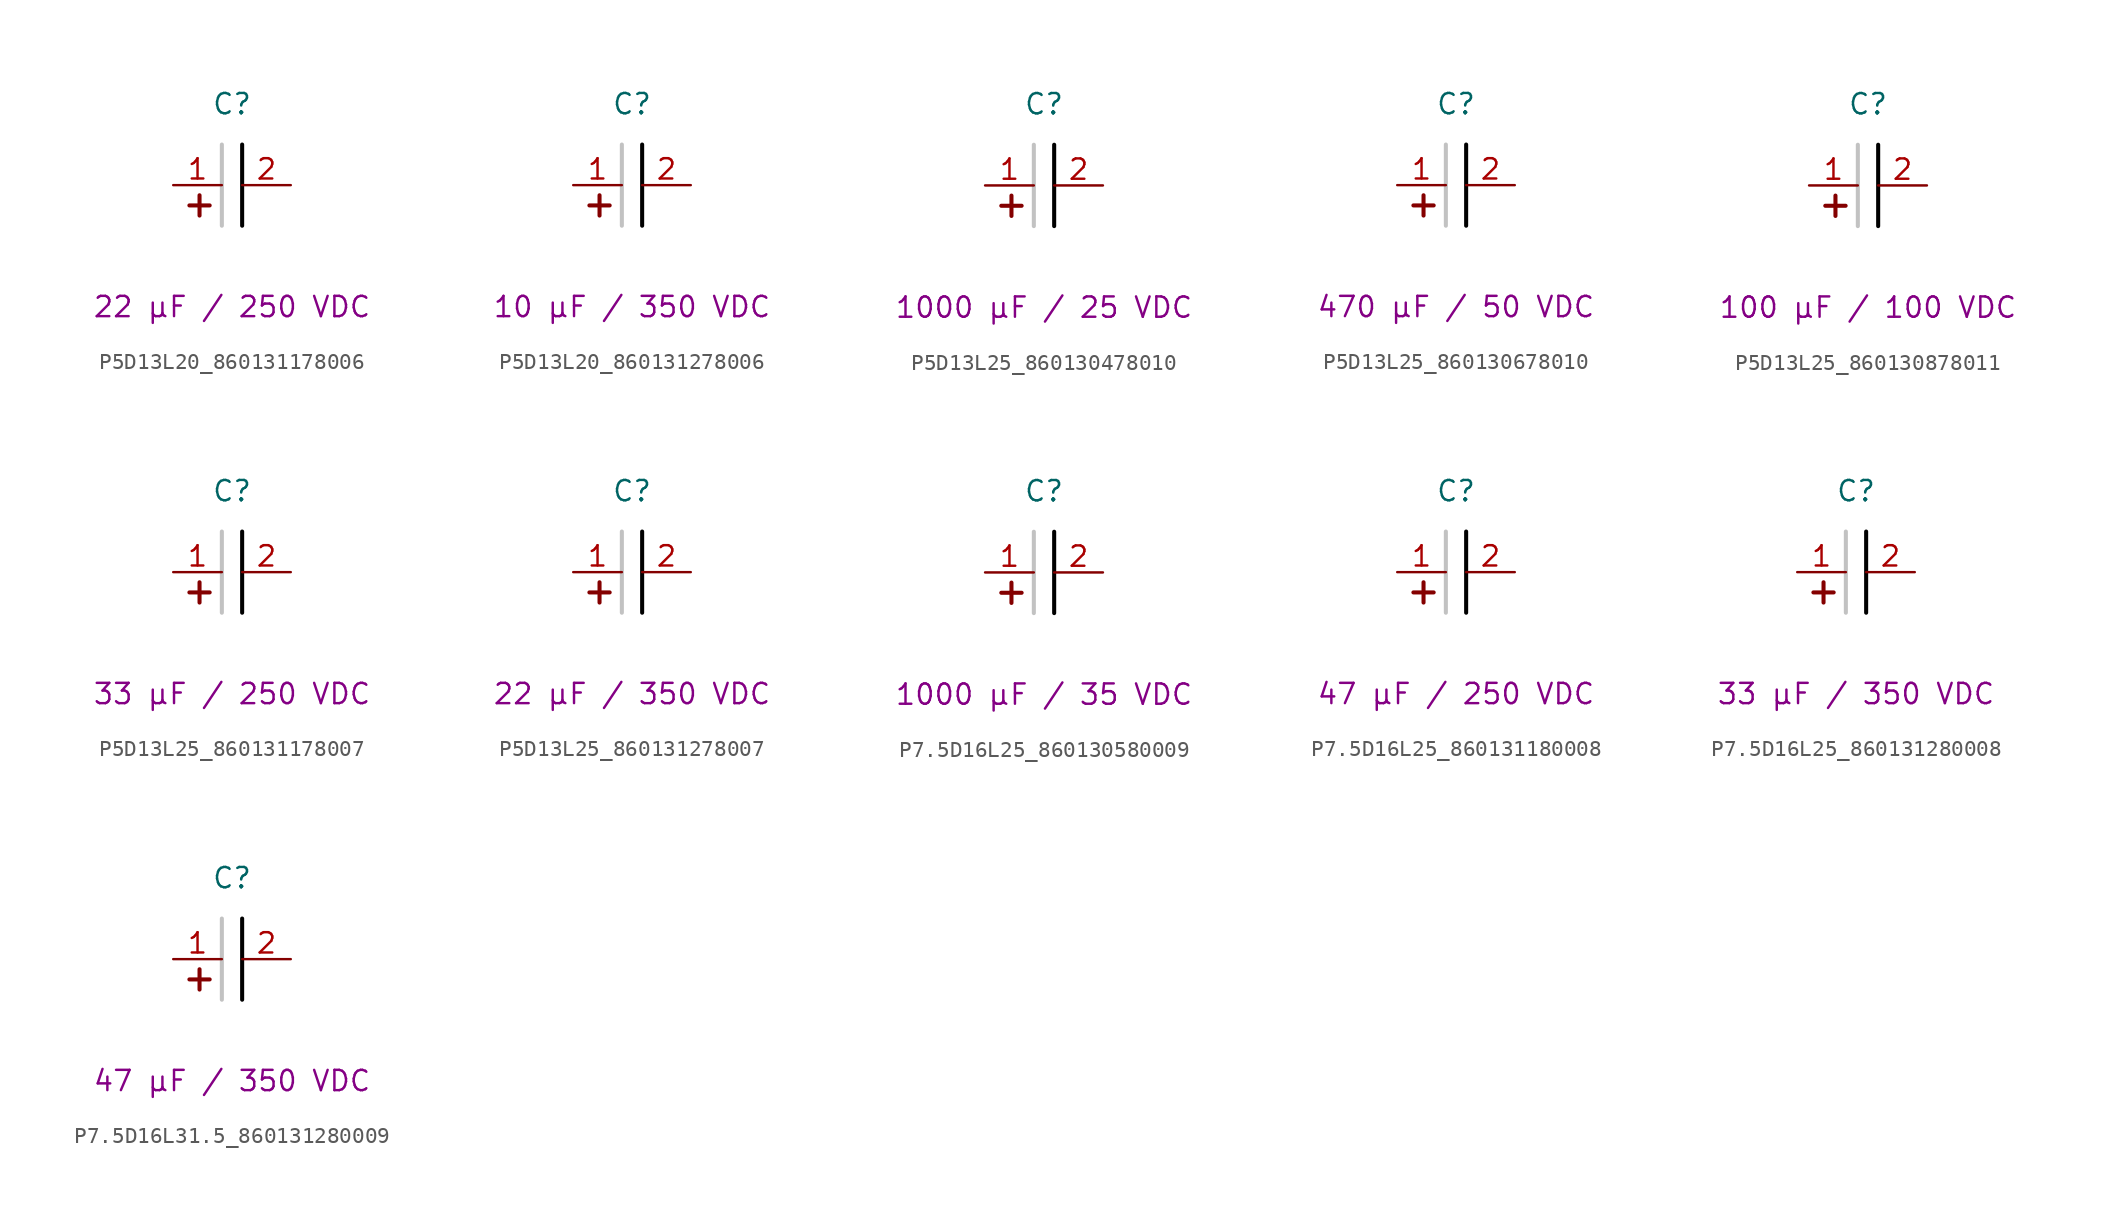
<source format=kicad_sym>
(kicad_symbol_lib
  (version 20220914)
  (generator kicad_symbol_editor)
  (symbol "P5D13L20_860131178006"
    (pin_names hide)
    (property "Reference" "C"
      (at 0 5.08 0)
      (effects (font (size 1.27 1.27))))
    (property "Critical Parameter" "22 µF / 250 VDC"
      (at 0 -7.62 0)
      (effects (font (size 1.27 1.27))))
    (symbol "P5D13L20_860131178006_1_1"
      (polyline (pts (xy -2.667 -1.27) (xy -1.397 -1.27)) (stroke (width 0.254) (type default)) (fill (type none)))
      (polyline (pts (xy -2.032 -0.635) (xy -2.032 -1.905)) (stroke (width 0.254) (type default)) (fill (type none)))
      (polyline (pts (xy -0.635 2.54) (xy -0.635 -2.54)) (stroke (width 0.254) (type default) (color 194 194 194 1)) (fill (type none)))
      (polyline (pts (xy 0.635 2.54) (xy 0.635 -2.54)) (stroke (width 0.254) (type default) (color 0 0 0 1)) (fill (type none)))
      (pin passive line (at -3.679 0 0) (length 3.044) (name "1" (effects (font (size 1.27 1.27)))) (number "1" (effects (font (size 1.27 1.27)))))
      (pin passive line (at 3.679 0 180) (length 3.044) (name "2" (effects (font (size 1.27 1.27)))) (number "2" (effects (font (size 1.27 1.27)))))))
  (symbol "P5D13L20_860131278006"
    (pin_names hide)
    (property "Reference" "C"
      (at 0 5.08 0)
      (effects (font (size 1.27 1.27))))
    (property "Critical Parameter" "10 µF / 350 VDC"
      (at 0 -7.62 0)
      (effects (font (size 1.27 1.27))))
    (symbol "P5D13L20_860131278006_1_1"
      (polyline (pts (xy -2.667 -1.27) (xy -1.397 -1.27)) (stroke (width 0.254) (type default)) (fill (type none)))
      (polyline (pts (xy -2.032 -0.635) (xy -2.032 -1.905)) (stroke (width 0.254) (type default)) (fill (type none)))
      (polyline (pts (xy -0.635 2.54) (xy -0.635 -2.54)) (stroke (width 0.254) (type default) (color 194 194 194 1)) (fill (type none)))
      (polyline (pts (xy 0.635 2.54) (xy 0.635 -2.54)) (stroke (width 0.254) (type default) (color 0 0 0 1)) (fill (type none)))
      (pin passive line (at -3.679 0 0) (length 3.044) (name "1" (effects (font (size 1.27 1.27)))) (number "1" (effects (font (size 1.27 1.27)))))
      (pin passive line (at 3.679 0 180) (length 3.044) (name "2" (effects (font (size 1.27 1.27)))) (number "2" (effects (font (size 1.27 1.27)))))))
  (symbol "P5D13L25_860130478010"
    (pin_names hide)
    (property "Reference" "C"
      (at 0 5.08 0)
      (effects (font (size 1.27 1.27))))
    (property "Critical Parameter" "1000 µF / 25 VDC"
      (at 0 -7.62 0)
      (effects (font (size 1.27 1.27))))
    (symbol "P5D13L25_860130478010_1_1"
      (polyline (pts (xy -2.667 -1.27) (xy -1.397 -1.27)) (stroke (width 0.254) (type default)) (fill (type none)))
      (polyline (pts (xy -2.032 -0.635) (xy -2.032 -1.905)) (stroke (width 0.254) (type default)) (fill (type none)))
      (polyline (pts (xy -0.635 2.54) (xy -0.635 -2.54)) (stroke (width 0.254) (type default) (color 194 194 194 1)) (fill (type none)))
      (polyline (pts (xy 0.635 2.54) (xy 0.635 -2.54)) (stroke (width 0.254) (type default) (color 0 0 0 1)) (fill (type none)))
      (pin passive line (at -3.679 0 0) (length 3.044) (name "1" (effects (font (size 1.27 1.27)))) (number "1" (effects (font (size 1.27 1.27)))))
      (pin passive line (at 3.679 0 180) (length 3.044) (name "2" (effects (font (size 1.27 1.27)))) (number "2" (effects (font (size 1.27 1.27)))))))
  (symbol "P5D13L25_860130678010"
    (pin_names hide)
    (property "Reference" "C"
      (at 0 5.08 0)
      (effects (font (size 1.27 1.27))))
    (property "Critical Parameter" "470 µF / 50 VDC"
      (at 0 -7.62 0)
      (effects (font (size 1.27 1.27))))
    (symbol "P5D13L25_860130678010_1_1"
      (polyline (pts (xy -2.667 -1.27) (xy -1.397 -1.27)) (stroke (width 0.254) (type default)) (fill (type none)))
      (polyline (pts (xy -2.032 -0.635) (xy -2.032 -1.905)) (stroke (width 0.254) (type default)) (fill (type none)))
      (polyline (pts (xy -0.635 2.54) (xy -0.635 -2.54)) (stroke (width 0.254) (type default) (color 194 194 194 1)) (fill (type none)))
      (polyline (pts (xy 0.635 2.54) (xy 0.635 -2.54)) (stroke (width 0.254) (type default) (color 0 0 0 1)) (fill (type none)))
      (pin passive line (at -3.679 0 0) (length 3.044) (name "1" (effects (font (size 1.27 1.27)))) (number "1" (effects (font (size 1.27 1.27)))))
      (pin passive line (at 3.679 0 180) (length 3.044) (name "2" (effects (font (size 1.27 1.27)))) (number "2" (effects (font (size 1.27 1.27)))))))
  (symbol "P5D13L25_860130878011"
    (pin_names hide)
    (property "Reference" "C"
      (at 0 5.08 0)
      (effects (font (size 1.27 1.27))))
    (property "Critical Parameter" "100 µF / 100 VDC"
      (at 0 -7.62 0)
      (effects (font (size 1.27 1.27))))
    (symbol "P5D13L25_860130878011_1_1"
      (polyline (pts (xy -2.667 -1.27) (xy -1.397 -1.27)) (stroke (width 0.254) (type default)) (fill (type none)))
      (polyline (pts (xy -2.032 -0.635) (xy -2.032 -1.905)) (stroke (width 0.254) (type default)) (fill (type none)))
      (polyline (pts (xy -0.635 2.54) (xy -0.635 -2.54)) (stroke (width 0.254) (type default) (color 194 194 194 1)) (fill (type none)))
      (polyline (pts (xy 0.635 2.54) (xy 0.635 -2.54)) (stroke (width 0.254) (type default) (color 0 0 0 1)) (fill (type none)))
      (pin passive line (at -3.679 0 0) (length 3.044) (name "1" (effects (font (size 1.27 1.27)))) (number "1" (effects (font (size 1.27 1.27)))))
      (pin passive line (at 3.679 0 180) (length 3.044) (name "2" (effects (font (size 1.27 1.27)))) (number "2" (effects (font (size 1.27 1.27)))))))
  (symbol "P5D13L25_860131178007"
    (pin_names hide)
    (property "Reference" "C"
      (at 0 5.08 0)
      (effects (font (size 1.27 1.27))))
    (property "Critical Parameter" "33 µF / 250 VDC"
      (at 0 -7.62 0)
      (effects (font (size 1.27 1.27))))
    (symbol "P5D13L25_860131178007_1_1"
      (polyline (pts (xy -2.667 -1.27) (xy -1.397 -1.27)) (stroke (width 0.254) (type default)) (fill (type none)))
      (polyline (pts (xy -2.032 -0.635) (xy -2.032 -1.905)) (stroke (width 0.254) (type default)) (fill (type none)))
      (polyline (pts (xy -0.635 2.54) (xy -0.635 -2.54)) (stroke (width 0.254) (type default) (color 194 194 194 1)) (fill (type none)))
      (polyline (pts (xy 0.635 2.54) (xy 0.635 -2.54)) (stroke (width 0.254) (type default) (color 0 0 0 1)) (fill (type none)))
      (pin passive line (at -3.679 0 0) (length 3.044) (name "1" (effects (font (size 1.27 1.27)))) (number "1" (effects (font (size 1.27 1.27)))))
      (pin passive line (at 3.679 0 180) (length 3.044) (name "2" (effects (font (size 1.27 1.27)))) (number "2" (effects (font (size 1.27 1.27)))))))
  (symbol "P5D13L25_860131278007"
    (pin_names hide)
    (property "Reference" "C"
      (at 0 5.08 0)
      (effects (font (size 1.27 1.27))))
    (property "Critical Parameter" "22 µF / 350 VDC"
      (at 0 -7.62 0)
      (effects (font (size 1.27 1.27))))
    (symbol "P5D13L25_860131278007_1_1"
      (polyline (pts (xy -2.667 -1.27) (xy -1.397 -1.27)) (stroke (width 0.254) (type default)) (fill (type none)))
      (polyline (pts (xy -2.032 -0.635) (xy -2.032 -1.905)) (stroke (width 0.254) (type default)) (fill (type none)))
      (polyline (pts (xy -0.635 2.54) (xy -0.635 -2.54)) (stroke (width 0.254) (type default) (color 194 194 194 1)) (fill (type none)))
      (polyline (pts (xy 0.635 2.54) (xy 0.635 -2.54)) (stroke (width 0.254) (type default) (color 0 0 0 1)) (fill (type none)))
      (pin passive line (at -3.679 0 0) (length 3.044) (name "1" (effects (font (size 1.27 1.27)))) (number "1" (effects (font (size 1.27 1.27)))))
      (pin passive line (at 3.679 0 180) (length 3.044) (name "2" (effects (font (size 1.27 1.27)))) (number "2" (effects (font (size 1.27 1.27)))))))
  (symbol "P7.5D16L25_860130580009"
    (pin_names hide)
    (property "Reference" "C"
      (at 0 5.08 0)
      (effects (font (size 1.27 1.27))))
    (property "Critical Parameter" "1000 µF / 35 VDC"
      (at 0 -7.62 0)
      (effects (font (size 1.27 1.27))))
    (symbol "P7.5D16L25_860130580009_1_1"
      (polyline (pts (xy -2.667 -1.27) (xy -1.397 -1.27)) (stroke (width 0.254) (type default)) (fill (type none)))
      (polyline (pts (xy -2.032 -0.635) (xy -2.032 -1.905)) (stroke (width 0.254) (type default)) (fill (type none)))
      (polyline (pts (xy -0.635 2.54) (xy -0.635 -2.54)) (stroke (width 0.254) (type default) (color 194 194 194 1)) (fill (type none)))
      (polyline (pts (xy 0.635 2.54) (xy 0.635 -2.54)) (stroke (width 0.254) (type default) (color 0 0 0 1)) (fill (type none)))
      (pin passive line (at -3.679 0 0) (length 3.044) (name "1" (effects (font (size 1.27 1.27)))) (number "1" (effects (font (size 1.27 1.27)))))
      (pin passive line (at 3.679 0 180) (length 3.044) (name "2" (effects (font (size 1.27 1.27)))) (number "2" (effects (font (size 1.27 1.27)))))))
  (symbol "P7.5D16L25_860131180008"
    (pin_names hide)
    (property "Reference" "C"
      (at 0 5.08 0)
      (effects (font (size 1.27 1.27))))
    (property "Critical Parameter" "47 µF / 250 VDC"
      (at 0 -7.62 0)
      (effects (font (size 1.27 1.27))))
    (symbol "P7.5D16L25_860131180008_1_1"
      (polyline (pts (xy -2.667 -1.27) (xy -1.397 -1.27)) (stroke (width 0.254) (type default)) (fill (type none)))
      (polyline (pts (xy -2.032 -0.635) (xy -2.032 -1.905)) (stroke (width 0.254) (type default)) (fill (type none)))
      (polyline (pts (xy -0.635 2.54) (xy -0.635 -2.54)) (stroke (width 0.254) (type default) (color 194 194 194 1)) (fill (type none)))
      (polyline (pts (xy 0.635 2.54) (xy 0.635 -2.54)) (stroke (width 0.254) (type default) (color 0 0 0 1)) (fill (type none)))
      (pin passive line (at -3.679 0 0) (length 3.044) (name "1" (effects (font (size 1.27 1.27)))) (number "1" (effects (font (size 1.27 1.27)))))
      (pin passive line (at 3.679 0 180) (length 3.044) (name "2" (effects (font (size 1.27 1.27)))) (number "2" (effects (font (size 1.27 1.27)))))))
  (symbol "P7.5D16L25_860131280008"
    (pin_names hide)
    (property "Reference" "C"
      (at 0 5.08 0)
      (effects (font (size 1.27 1.27))))
    (property "Critical Parameter" "33 µF / 350 VDC"
      (at 0 -7.62 0)
      (effects (font (size 1.27 1.27))))
    (symbol "P7.5D16L25_860131280008_1_1"
      (polyline (pts (xy -2.667 -1.27) (xy -1.397 -1.27)) (stroke (width 0.254) (type default)) (fill (type none)))
      (polyline (pts (xy -2.032 -0.635) (xy -2.032 -1.905)) (stroke (width 0.254) (type default)) (fill (type none)))
      (polyline (pts (xy -0.635 2.54) (xy -0.635 -2.54)) (stroke (width 0.254) (type default) (color 194 194 194 1)) (fill (type none)))
      (polyline (pts (xy 0.635 2.54) (xy 0.635 -2.54)) (stroke (width 0.254) (type default) (color 0 0 0 1)) (fill (type none)))
      (pin passive line (at -3.679 0 0) (length 3.044) (name "1" (effects (font (size 1.27 1.27)))) (number "1" (effects (font (size 1.27 1.27)))))
      (pin passive line (at 3.679 0 180) (length 3.044) (name "2" (effects (font (size 1.27 1.27)))) (number "2" (effects (font (size 1.27 1.27)))))))
  (symbol "P7.5D16L31.5_860131280009"
    (pin_names hide)
    (property "Reference" "C"
      (at 0 5.08 0)
      (effects (font (size 1.27 1.27))))
    (property "Critical Parameter" "47 µF / 350 VDC"
      (at 0 -7.62 0)
      (effects (font (size 1.27 1.27))))
    (symbol "P7.5D16L31.5_860131280009_1_1"
      (polyline (pts (xy -2.667 -1.27) (xy -1.397 -1.27)) (stroke (width 0.254) (type default)) (fill (type none)))
      (polyline (pts (xy -2.032 -0.635) (xy -2.032 -1.905)) (stroke (width 0.254) (type default)) (fill (type none)))
      (polyline (pts (xy -0.635 2.54) (xy -0.635 -2.54)) (stroke (width 0.254) (type default) (color 194 194 194 1)) (fill (type none)))
      (polyline (pts (xy 0.635 2.54) (xy 0.635 -2.54)) (stroke (width 0.254) (type default) (color 0 0 0 1)) (fill (type none)))
      (pin passive line (at -3.679 0 0) (length 3.044) (name "1" (effects (font (size 1.27 1.27)))) (number "1" (effects (font (size 1.27 1.27)))))
      (pin passive line (at 3.679 0 180) (length 3.044) (name "2" (effects (font (size 1.27 1.27)))) (number "2" (effects (font (size 1.27 1.27))))))))
</source>
